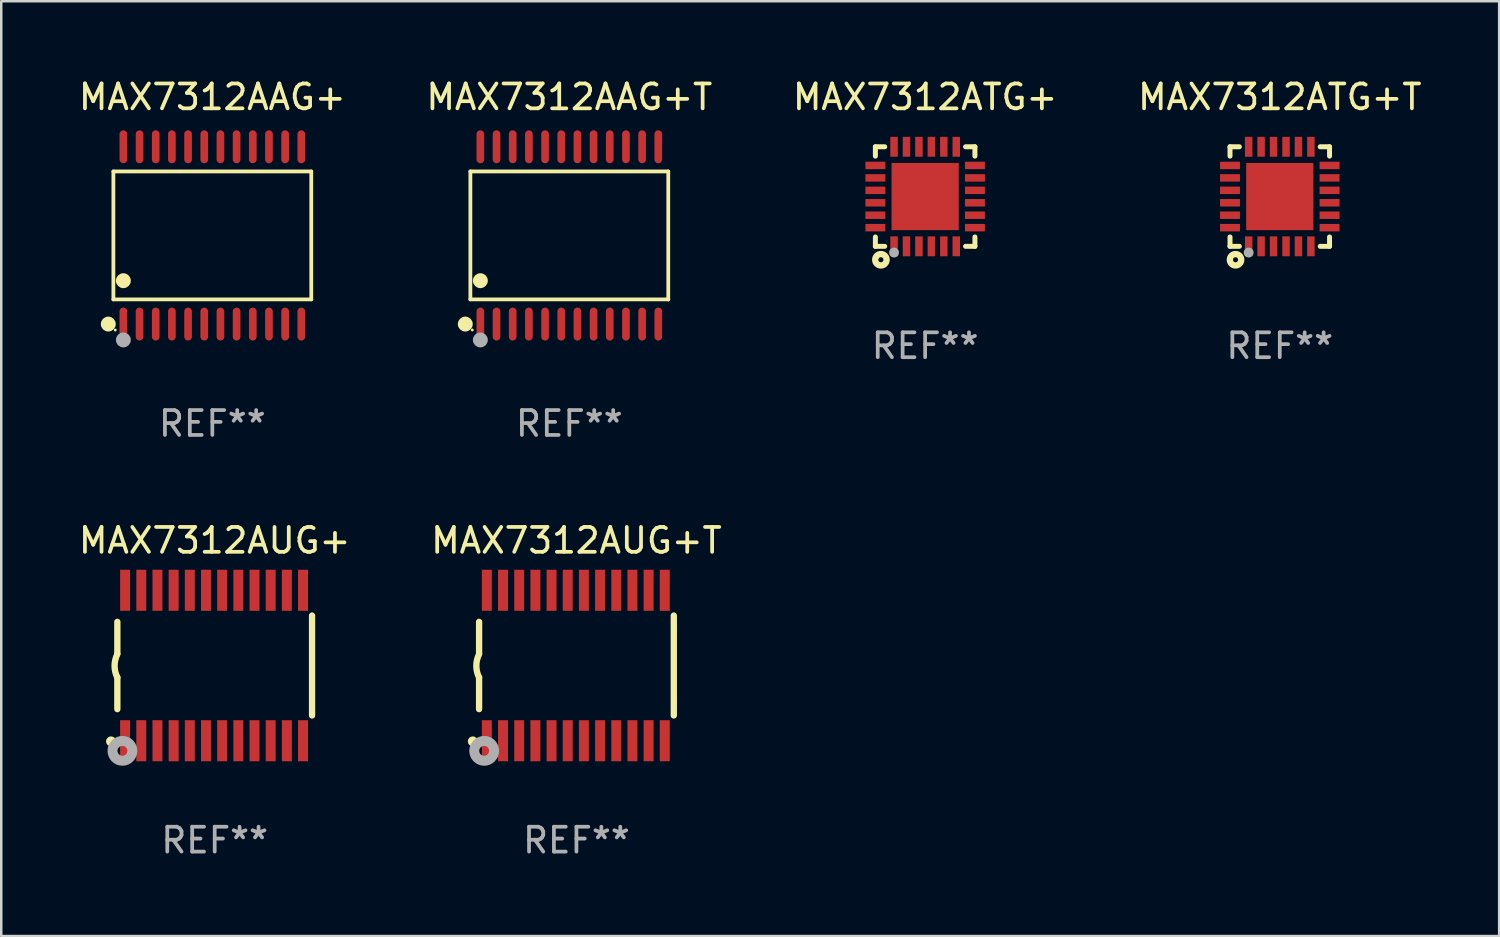
<source format=kicad_pcb>
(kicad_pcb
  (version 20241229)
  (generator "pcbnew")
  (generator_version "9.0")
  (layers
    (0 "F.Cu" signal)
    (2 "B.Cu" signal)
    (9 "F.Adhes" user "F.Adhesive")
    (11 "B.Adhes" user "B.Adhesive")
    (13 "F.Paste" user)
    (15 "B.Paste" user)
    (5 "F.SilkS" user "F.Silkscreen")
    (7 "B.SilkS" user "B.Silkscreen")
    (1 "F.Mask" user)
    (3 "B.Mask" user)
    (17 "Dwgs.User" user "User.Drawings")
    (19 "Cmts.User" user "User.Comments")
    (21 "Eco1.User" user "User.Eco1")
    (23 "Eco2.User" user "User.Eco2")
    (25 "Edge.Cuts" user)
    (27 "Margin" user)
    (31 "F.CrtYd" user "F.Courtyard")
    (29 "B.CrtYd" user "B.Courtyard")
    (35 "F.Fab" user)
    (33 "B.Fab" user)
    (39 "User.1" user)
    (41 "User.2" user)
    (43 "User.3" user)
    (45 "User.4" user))
  (footprint "MAX7312ATG+"
    (layer "F.Cu")
    (at 34.125 4.848)
    (property "Reference" "MAX7312ATG+" (at 0 -4 0) (layer "F.SilkS") (effects (font (size 1 1) (thickness 0.15))))
    (attr through_hole)
    (fp_line (start -2 -2) (end -1.624 -2) (stroke (width 0.2) (type solid)) (layer "F.SilkS"))
    (fp_line (start -2 -1.624) (end -2 -2) (stroke (width 0.2) (type solid)) (layer "F.SilkS"))
    (fp_line (start -2 2) (end -2 1.624) (stroke (width 0.2) (type solid)) (layer "F.SilkS"))
    (fp_line (start -2 2) (end -1.624 2) (stroke (width 0.2) (type solid)) (layer "F.SilkS"))
    (fp_line (start 1.624 -2) (end 2 -2) (stroke (width 0.2) (type solid)) (layer "F.SilkS"))
    (fp_line (start 1.624 2) (end 2 2) (stroke (width 0.2) (type solid)) (layer "F.SilkS"))
    (fp_line (start 2 -2) (end 2 -1.624) (stroke (width 0.2) (type solid)) (layer "F.SilkS"))
    (fp_line (start 2 1.624) (end 2 2) (stroke (width 0.2) (type solid)) (layer "F.SilkS"))
    (fp_circle (center -2 2) (end -1.97 2) (stroke (width 0.06) (type solid)) (fill no) (layer "F.SilkS"))
    (fp_circle (center -1.778 2.54) (end -1.676 2.54) (stroke (width 0.254) (type solid)) (fill no) (layer "F.SilkS"))
    (fp_circle (center -1.25 2.25) (end -1.15 2.25) (stroke (width 0.2) (type solid)) (fill no) (layer "F.Fab"))
    (fp_text user "REF**" (at 0 6 0) (layer "F.Fab") (effects (font (size 1 1) (thickness 0.15))))
    (pad "1" smd rect (at -1.25 2) (size 0.3 0.8) (layers "F.Cu" "F.Mask" "F.Paste"))
    (pad "2" smd rect (at -0.75 2) (size 0.3 0.8) (layers "F.Cu" "F.Mask" "F.Paste"))
    (pad "3" smd rect (at -0.25 2) (size 0.3 0.8) (layers "F.Cu" "F.Mask" "F.Paste"))
    (pad "4" smd rect (at 0.25 2) (size 0.3 0.8) (layers "F.Cu" "F.Mask" "F.Paste"))
    (pad "5" smd rect (at 0.75 2) (size 0.3 0.8) (layers "F.Cu" "F.Mask" "F.Paste"))
    (pad "6" smd rect (at 1.25 2) (size 0.3 0.8) (layers "F.Cu" "F.Mask" "F.Paste"))
    (pad "7" smd rect (at 2 1.25 90) (size 0.3 0.8) (layers "F.Cu" "F.Mask" "F.Paste"))
    (pad "8" smd rect (at 2 0.75 90) (size 0.3 0.8) (layers "F.Cu" "F.Mask" "F.Paste"))
    (pad "9" smd rect (at 2 0.25 90) (size 0.3 0.8) (layers "F.Cu" "F.Mask" "F.Paste"))
    (pad "10" smd rect (at 2 -0.25 90) (size 0.3 0.8) (layers "F.Cu" "F.Mask" "F.Paste"))
    (pad "11" smd rect (at 2 -0.75 90) (size 0.3 0.8) (layers "F.Cu" "F.Mask" "F.Paste"))
    (pad "12" smd rect (at 2 -1.25 90) (size 0.3 0.8) (layers "F.Cu" "F.Mask" "F.Paste"))
    (pad "13" smd rect (at 1.25 -2 180) (size 0.3 0.8) (layers "F.Cu" "F.Mask" "F.Paste"))
    (pad "14" smd rect (at 0.75 -2 180) (size 0.3 0.8) (layers "F.Cu" "F.Mask" "F.Paste"))
    (pad "15" smd rect (at 0.25 -2 180) (size 0.3 0.8) (layers "F.Cu" "F.Mask" "F.Paste"))
    (pad "16" smd rect (at -0.25 -2 180) (size 0.3 0.8) (layers "F.Cu" "F.Mask" "F.Paste"))
    (pad "17" smd rect (at -0.75 -2 180) (size 0.3 0.8) (layers "F.Cu" "F.Mask" "F.Paste"))
    (pad "18" smd rect (at -1.25 -2 180) (size 0.3 0.8) (layers "F.Cu" "F.Mask" "F.Paste"))
    (pad "19" smd rect (at -2 -1.25 270) (size 0.3 0.8) (layers "F.Cu" "F.Mask" "F.Paste"))
    (pad "20" smd rect (at -2 -0.75 270) (size 0.3 0.8) (layers "F.Cu" "F.Mask" "F.Paste"))
    (pad "21" smd rect (at -2 -0.25 270) (size 0.3 0.8) (layers "F.Cu" "F.Mask" "F.Paste"))
    (pad "22" smd rect (at -2 0.25 270) (size 0.3 0.8) (layers "F.Cu" "F.Mask" "F.Paste"))
    (pad "23" smd rect (at -2 0.75 270) (size 0.3 0.8) (layers "F.Cu" "F.Mask" "F.Paste"))
    (pad "24" smd rect (at -2 1.25 270) (size 0.3 0.8) (layers "F.Cu" "F.Mask" "F.Paste"))
    (pad "25" smd rect (at 0 0) (size 2.7 2.7) (layers "F.Cu" "F.Mask" "F.Paste")))
  (footprint "MAX7312AUG+T"
    (layer "F.Cu")
    (at 20.113 23.692)
    (property "Reference" "MAX7312AUG+T" (at 0 -5.023 0) (layer "F.SilkS") (effects (font (size 1 1) (thickness 0.15))))
    (attr through_hole)
    (fp_line (start -3.912 -0.483) (end -3.912 -1.753) (stroke (width 0.254) (type solid)) (layer "F.SilkS"))
    (fp_line (start -3.912 1.753) (end -3.912 0.483) (stroke (width 0.254) (type solid)) (layer "F.SilkS"))
    (fp_line (start 3.912 -2.007) (end 3.912 2.007) (stroke (width 0.254) (type solid)) (layer "F.SilkS"))
    (fp_arc (start -3.911608 0.482601) (mid -4.022537 0.0127) (end -3.911608 -0.457201) (stroke (width 0.254001) (type solid)) (layer "F.SilkS"))
    (fp_circle (center -4.166 3.048) (end -4.066 3.048) (stroke (width 0.2) (type solid)) (fill no) (layer "F.SilkS"))
    (fp_circle (center -3.925 3.186) (end -3.895 3.186) (stroke (width 0.06) (type solid)) (fill no) (layer "F.SilkS"))
    (fp_circle (center -3.708 3.429) (end -3.509 3.429) (stroke (width 0.4) (type solid)) (fill no) (layer "F.Fab"))
    (fp_text user "REF**" (at 0 7.023 0) (layer "F.Fab") (effects (font (size 1 1) (thickness 0.15))))
    (pad "1" smd rect (at -3.6 3.023) (size 0.4 1.65) (layers "F.Cu" "F.Mask" "F.Paste"))
    (pad "2" smd rect (at -2.95 3.023) (size 0.4 1.65) (layers "F.Cu" "F.Mask" "F.Paste"))
    (pad "3" smd rect (at -2.3 3.023) (size 0.4 1.65) (layers "F.Cu" "F.Mask" "F.Paste"))
    (pad "4" smd rect (at -1.65 3.023) (size 0.4 1.65) (layers "F.Cu" "F.Mask" "F.Paste"))
    (pad "5" smd rect (at -1 3.023) (size 0.4 1.65) (layers "F.Cu" "F.Mask" "F.Paste"))
    (pad "6" smd rect (at -0.35 3.023) (size 0.4 1.65) (layers "F.Cu" "F.Mask" "F.Paste"))
    (pad "7" smd rect (at 0.299 3.023) (size 0.4 1.65) (layers "F.Cu" "F.Mask" "F.Paste"))
    (pad "8" smd rect (at 0.95 3.023) (size 0.4 1.65) (layers "F.Cu" "F.Mask" "F.Paste"))
    (pad "9" smd rect (at 1.6 3.023) (size 0.4 1.65) (layers "F.Cu" "F.Mask" "F.Paste"))
    (pad "10" smd rect (at 2.25 3.023) (size 0.4 1.65) (layers "F.Cu" "F.Mask" "F.Paste"))
    (pad "11" smd rect (at 2.9 3.023) (size 0.4 1.65) (layers "F.Cu" "F.Mask" "F.Paste"))
    (pad "12" smd rect (at 3.549 3.023) (size 0.4 1.65) (layers "F.Cu" "F.Mask" "F.Paste"))
    (pad "13" smd rect (at 3.549 -3.023) (size 0.4 1.65) (layers "F.Cu" "F.Mask" "F.Paste"))
    (pad "14" smd rect (at 2.9 -3.023) (size 0.4 1.65) (layers "F.Cu" "F.Mask" "F.Paste"))
    (pad "15" smd rect (at 2.25 -3.023) (size 0.4 1.65) (layers "F.Cu" "F.Mask" "F.Paste"))
    (pad "16" smd rect (at 1.6 -3.023) (size 0.4 1.65) (layers "F.Cu" "F.Mask" "F.Paste"))
    (pad "17" smd rect (at 0.95 -3.023) (size 0.4 1.65) (layers "F.Cu" "F.Mask" "F.Paste"))
    (pad "18" smd rect (at 0.299 -3.023) (size 0.4 1.65) (layers "F.Cu" "F.Mask" "F.Paste"))
    (pad "19" smd rect (at -0.35 -3.023) (size 0.4 1.65) (layers "F.Cu" "F.Mask" "F.Paste"))
    (pad "20" smd rect (at -1 -3.023) (size 0.4 1.65) (layers "F.Cu" "F.Mask" "F.Paste"))
    (pad "21" smd rect (at -1.65 -3.023) (size 0.4 1.65) (layers "F.Cu" "F.Mask" "F.Paste"))
    (pad "22" smd rect (at -2.3 -3.023) (size 0.4 1.65) (layers "F.Cu" "F.Mask" "F.Paste"))
    (pad "23" smd rect (at -2.95 -3.023) (size 0.4 1.65) (layers "F.Cu" "F.Mask" "F.Paste"))
    (pad "24" smd rect (at -3.6 -3.023) (size 0.4 1.65) (layers "F.Cu" "F.Mask" "F.Paste")))
  (footprint "MAX7312AAG+"
    (layer "F.Cu")
    (at 5.482 6.41)
    (property "Reference" "MAX7312AAG+" (at 0 -5.562 0) (layer "F.SilkS") (effects (font (size 1 1) (thickness 0.15))))
    (attr through_hole)
    (fp_line (start -3.976 -2.571) (end 3.976 -2.571) (stroke (width 0.152) (type solid)) (layer "F.SilkS"))
    (fp_line (start -3.976 2.571) (end -3.976 -2.571) (stroke (width 0.152) (type solid)) (layer "F.SilkS"))
    (fp_line (start 3.976 -2.571) (end 3.976 2.571) (stroke (width 0.152) (type solid)) (layer "F.SilkS"))
    (fp_line (start 3.976 2.571) (end -3.976 2.571) (stroke (width 0.152) (type solid)) (layer "F.SilkS"))
    (fp_circle (center -4.181 3.562) (end -4.031 3.562) (stroke (width 0.3) (type solid)) (fill no) (layer "F.SilkS"))
    (fp_circle (center -3.9 3.8) (end -3.87 3.8) (stroke (width 0.06) (type solid)) (fill no) (layer "F.SilkS"))
    (fp_circle (center -3.575 1.819) (end -3.425 1.819) (stroke (width 0.3) (type solid)) (fill no) (layer "F.SilkS"))
    (fp_circle (center -3.575 4.2) (end -3.425 4.2) (stroke (width 0.3) (type solid)) (fill no) (layer "F.Fab"))
    (fp_text user "REF**" (at 0 7.562 0) (layer "F.Fab") (effects (font (size 1 1) (thickness 0.15))))
    (pad "1" smd oval (at -3.575 3.562) (size 0.308 1.324) (layers "F.Cu" "F.Mask" "F.Paste"))
    (pad "2" smd oval (at -2.925 3.562) (size 0.308 1.324) (layers "F.Cu" "F.Mask" "F.Paste"))
    (pad "3" smd oval (at -2.275 3.562) (size 0.308 1.324) (layers "F.Cu" "F.Mask" "F.Paste"))
    (pad "4" smd oval (at -1.625 3.562) (size 0.308 1.324) (layers "F.Cu" "F.Mask" "F.Paste"))
    (pad "5" smd oval (at -0.975 3.562) (size 0.308 1.324) (layers "F.Cu" "F.Mask" "F.Paste"))
    (pad "6" smd oval (at -0.325 3.562) (size 0.308 1.324) (layers "F.Cu" "F.Mask" "F.Paste"))
    (pad "7" smd oval (at 0.325 3.562) (size 0.308 1.324) (layers "F.Cu" "F.Mask" "F.Paste"))
    (pad "8" smd oval (at 0.975 3.562) (size 0.308 1.324) (layers "F.Cu" "F.Mask" "F.Paste"))
    (pad "9" smd oval (at 1.625 3.562) (size 0.308 1.324) (layers "F.Cu" "F.Mask" "F.Paste"))
    (pad "10" smd oval (at 2.275 3.562) (size 0.308 1.324) (layers "F.Cu" "F.Mask" "F.Paste"))
    (pad "11" smd oval (at 2.925 3.562) (size 0.308 1.324) (layers "F.Cu" "F.Mask" "F.Paste"))
    (pad "12" smd oval (at 3.575 3.562) (size 0.308 1.324) (layers "F.Cu" "F.Mask" "F.Paste"))
    (pad "13" smd oval (at 3.575 -3.562) (size 0.308 1.324) (layers "F.Cu" "F.Mask" "F.Paste"))
    (pad "14" smd oval (at 2.925 -3.562) (size 0.308 1.324) (layers "F.Cu" "F.Mask" "F.Paste"))
    (pad "15" smd oval (at 2.275 -3.562) (size 0.308 1.324) (layers "F.Cu" "F.Mask" "F.Paste"))
    (pad "16" smd oval (at 1.625 -3.562) (size 0.308 1.324) (layers "F.Cu" "F.Mask" "F.Paste"))
    (pad "17" smd oval (at 0.975 -3.562) (size 0.308 1.324) (layers "F.Cu" "F.Mask" "F.Paste"))
    (pad "18" smd oval (at 0.325 -3.562) (size 0.308 1.324) (layers "F.Cu" "F.Mask" "F.Paste"))
    (pad "19" smd oval (at -0.325 -3.562) (size 0.308 1.324) (layers "F.Cu" "F.Mask" "F.Paste"))
    (pad "20" smd oval (at -0.975 -3.562) (size 0.308 1.324) (layers "F.Cu" "F.Mask" "F.Paste"))
    (pad "21" smd oval (at -1.625 -3.562) (size 0.308 1.324) (layers "F.Cu" "F.Mask" "F.Paste"))
    (pad "22" smd oval (at -2.275 -3.562) (size 0.308 1.324) (layers "F.Cu" "F.Mask" "F.Paste"))
    (pad "23" smd oval (at -2.925 -3.562) (size 0.308 1.324) (layers "F.Cu" "F.Mask" "F.Paste"))
    (pad "24" smd oval (at -3.575 -3.562) (size 0.308 1.324) (layers "F.Cu" "F.Mask" "F.Paste")))
  (footprint "MAX7312AUG+"
    (layer "F.Cu")
    (at 5.577 23.692)
    (property "Reference" "MAX7312AUG+" (at 0 -5.023 0) (layer "F.SilkS") (effects (font (size 1 1) (thickness 0.15))))
    (attr through_hole)
    (fp_line (start -3.912 -0.483) (end -3.912 -1.753) (stroke (width 0.254) (type solid)) (layer "F.SilkS"))
    (fp_line (start -3.912 1.753) (end -3.912 0.483) (stroke (width 0.254) (type solid)) (layer "F.SilkS"))
    (fp_line (start 3.912 -2.007) (end 3.912 2.007) (stroke (width 0.254) (type solid)) (layer "F.SilkS"))
    (fp_arc (start -3.911608 0.482601) (mid -4.022537 0.0127) (end -3.911608 -0.457201) (stroke (width 0.254001) (type solid)) (layer "F.SilkS"))
    (fp_circle (center -4.166 3.048) (end -4.066 3.048) (stroke (width 0.2) (type solid)) (fill no) (layer "F.SilkS"))
    (fp_circle (center -3.925 3.186) (end -3.895 3.186) (stroke (width 0.06) (type solid)) (fill no) (layer "F.SilkS"))
    (fp_circle (center -3.708 3.429) (end -3.509 3.429) (stroke (width 0.4) (type solid)) (fill no) (layer "F.Fab"))
    (fp_text user "REF**" (at 0 7.023 0) (layer "F.Fab") (effects (font (size 1 1) (thickness 0.15))))
    (pad "1" smd rect (at -3.6 3.023) (size 0.4 1.65) (layers "F.Cu" "F.Mask" "F.Paste"))
    (pad "2" smd rect (at -2.95 3.023) (size 0.4 1.65) (layers "F.Cu" "F.Mask" "F.Paste"))
    (pad "3" smd rect (at -2.3 3.023) (size 0.4 1.65) (layers "F.Cu" "F.Mask" "F.Paste"))
    (pad "4" smd rect (at -1.65 3.023) (size 0.4 1.65) (layers "F.Cu" "F.Mask" "F.Paste"))
    (pad "5" smd rect (at -1 3.023) (size 0.4 1.65) (layers "F.Cu" "F.Mask" "F.Paste"))
    (pad "6" smd rect (at -0.35 3.023) (size 0.4 1.65) (layers "F.Cu" "F.Mask" "F.Paste"))
    (pad "7" smd rect (at 0.299 3.023) (size 0.4 1.65) (layers "F.Cu" "F.Mask" "F.Paste"))
    (pad "8" smd rect (at 0.95 3.023) (size 0.4 1.65) (layers "F.Cu" "F.Mask" "F.Paste"))
    (pad "9" smd rect (at 1.6 3.023) (size 0.4 1.65) (layers "F.Cu" "F.Mask" "F.Paste"))
    (pad "10" smd rect (at 2.25 3.023) (size 0.4 1.65) (layers "F.Cu" "F.Mask" "F.Paste"))
    (pad "11" smd rect (at 2.9 3.023) (size 0.4 1.65) (layers "F.Cu" "F.Mask" "F.Paste"))
    (pad "12" smd rect (at 3.549 3.023) (size 0.4 1.65) (layers "F.Cu" "F.Mask" "F.Paste"))
    (pad "13" smd rect (at 3.549 -3.023) (size 0.4 1.65) (layers "F.Cu" "F.Mask" "F.Paste"))
    (pad "14" smd rect (at 2.9 -3.023) (size 0.4 1.65) (layers "F.Cu" "F.Mask" "F.Paste"))
    (pad "15" smd rect (at 2.25 -3.023) (size 0.4 1.65) (layers "F.Cu" "F.Mask" "F.Paste"))
    (pad "16" smd rect (at 1.6 -3.023) (size 0.4 1.65) (layers "F.Cu" "F.Mask" "F.Paste"))
    (pad "17" smd rect (at 0.95 -3.023) (size 0.4 1.65) (layers "F.Cu" "F.Mask" "F.Paste"))
    (pad "18" smd rect (at 0.299 -3.023) (size 0.4 1.65) (layers "F.Cu" "F.Mask" "F.Paste"))
    (pad "19" smd rect (at -0.35 -3.023) (size 0.4 1.65) (layers "F.Cu" "F.Mask" "F.Paste"))
    (pad "20" smd rect (at -1 -3.023) (size 0.4 1.65) (layers "F.Cu" "F.Mask" "F.Paste"))
    (pad "21" smd rect (at -1.65 -3.023) (size 0.4 1.65) (layers "F.Cu" "F.Mask" "F.Paste"))
    (pad "22" smd rect (at -2.3 -3.023) (size 0.4 1.65) (layers "F.Cu" "F.Mask" "F.Paste"))
    (pad "23" smd rect (at -2.95 -3.023) (size 0.4 1.65) (layers "F.Cu" "F.Mask" "F.Paste"))
    (pad "24" smd rect (at -3.6 -3.023) (size 0.4 1.65) (layers "F.Cu" "F.Mask" "F.Paste")))
  (footprint "MAX7312ATG+T"
    (layer "F.Cu")
    (at 48.375 4.848)
    (property "Reference" "MAX7312ATG+T" (at 0 -4 0) (layer "F.SilkS") (effects (font (size 1 1) (thickness 0.15))))
    (attr through_hole)
    (fp_line (start -2 -2) (end -1.624 -2) (stroke (width 0.2) (type solid)) (layer "F.SilkS"))
    (fp_line (start -2 -1.624) (end -2 -2) (stroke (width 0.2) (type solid)) (layer "F.SilkS"))
    (fp_line (start -2 2) (end -2 1.624) (stroke (width 0.2) (type solid)) (layer "F.SilkS"))
    (fp_line (start -2 2) (end -1.624 2) (stroke (width 0.2) (type solid)) (layer "F.SilkS"))
    (fp_line (start 1.624 -2) (end 2 -2) (stroke (width 0.2) (type solid)) (layer "F.SilkS"))
    (fp_line (start 1.624 2) (end 2 2) (stroke (width 0.2) (type solid)) (layer "F.SilkS"))
    (fp_line (start 2 -2) (end 2 -1.624) (stroke (width 0.2) (type solid)) (layer "F.SilkS"))
    (fp_line (start 2 1.624) (end 2 2) (stroke (width 0.2) (type solid)) (layer "F.SilkS"))
    (fp_circle (center -2 2) (end -1.97 2) (stroke (width 0.06) (type solid)) (fill no) (layer "F.SilkS"))
    (fp_circle (center -1.778 2.54) (end -1.676 2.54) (stroke (width 0.254) (type solid)) (fill no) (layer "F.SilkS"))
    (fp_circle (center -1.25 2.25) (end -1.15 2.25) (stroke (width 0.2) (type solid)) (fill no) (layer "F.Fab"))
    (fp_text user "REF**" (at 0 6 0) (layer "F.Fab") (effects (font (size 1 1) (thickness 0.15))))
    (pad "1" smd rect (at -1.25 2) (size 0.3 0.8) (layers "F.Cu" "F.Mask" "F.Paste"))
    (pad "2" smd rect (at -0.75 2) (size 0.3 0.8) (layers "F.Cu" "F.Mask" "F.Paste"))
    (pad "3" smd rect (at -0.25 2) (size 0.3 0.8) (layers "F.Cu" "F.Mask" "F.Paste"))
    (pad "4" smd rect (at 0.25 2) (size 0.3 0.8) (layers "F.Cu" "F.Mask" "F.Paste"))
    (pad "5" smd rect (at 0.75 2) (size 0.3 0.8) (layers "F.Cu" "F.Mask" "F.Paste"))
    (pad "6" smd rect (at 1.25 2) (size 0.3 0.8) (layers "F.Cu" "F.Mask" "F.Paste"))
    (pad "7" smd rect (at 2 1.25 90) (size 0.3 0.8) (layers "F.Cu" "F.Mask" "F.Paste"))
    (pad "8" smd rect (at 2 0.75 90) (size 0.3 0.8) (layers "F.Cu" "F.Mask" "F.Paste"))
    (pad "9" smd rect (at 2 0.25 90) (size 0.3 0.8) (layers "F.Cu" "F.Mask" "F.Paste"))
    (pad "10" smd rect (at 2 -0.25 90) (size 0.3 0.8) (layers "F.Cu" "F.Mask" "F.Paste"))
    (pad "11" smd rect (at 2 -0.75 90) (size 0.3 0.8) (layers "F.Cu" "F.Mask" "F.Paste"))
    (pad "12" smd rect (at 2 -1.25 90) (size 0.3 0.8) (layers "F.Cu" "F.Mask" "F.Paste"))
    (pad "13" smd rect (at 1.25 -2 180) (size 0.3 0.8) (layers "F.Cu" "F.Mask" "F.Paste"))
    (pad "14" smd rect (at 0.75 -2 180) (size 0.3 0.8) (layers "F.Cu" "F.Mask" "F.Paste"))
    (pad "15" smd rect (at 0.25 -2 180) (size 0.3 0.8) (layers "F.Cu" "F.Mask" "F.Paste"))
    (pad "16" smd rect (at -0.25 -2 180) (size 0.3 0.8) (layers "F.Cu" "F.Mask" "F.Paste"))
    (pad "17" smd rect (at -0.75 -2 180) (size 0.3 0.8) (layers "F.Cu" "F.Mask" "F.Paste"))
    (pad "18" smd rect (at -1.25 -2 180) (size 0.3 0.8) (layers "F.Cu" "F.Mask" "F.Paste"))
    (pad "19" smd rect (at -2 -1.25 270) (size 0.3 0.8) (layers "F.Cu" "F.Mask" "F.Paste"))
    (pad "20" smd rect (at -2 -0.75 270) (size 0.3 0.8) (layers "F.Cu" "F.Mask" "F.Paste"))
    (pad "21" smd rect (at -2 -0.25 270) (size 0.3 0.8) (layers "F.Cu" "F.Mask" "F.Paste"))
    (pad "22" smd rect (at -2 0.25 270) (size 0.3 0.8) (layers "F.Cu" "F.Mask" "F.Paste"))
    (pad "23" smd rect (at -2 0.75 270) (size 0.3 0.8) (layers "F.Cu" "F.Mask" "F.Paste"))
    (pad "24" smd rect (at -2 1.25 270) (size 0.3 0.8) (layers "F.Cu" "F.Mask" "F.Paste"))
    (pad "25" smd rect (at 0 0) (size 2.7 2.7) (layers "F.Cu" "F.Mask" "F.Paste")))
  (footprint "MAX7312AAG+T"
    (layer "F.Cu")
    (at 19.827 6.41)
    (property "Reference" "MAX7312AAG+T" (at 0 -5.562 0) (layer "F.SilkS") (effects (font (size 1 1) (thickness 0.15))))
    (attr through_hole)
    (fp_line (start -3.976 -2.571) (end 3.976 -2.571) (stroke (width 0.152) (type solid)) (layer "F.SilkS"))
    (fp_line (start -3.976 2.571) (end -3.976 -2.571) (stroke (width 0.152) (type solid)) (layer "F.SilkS"))
    (fp_line (start 3.976 -2.571) (end 3.976 2.571) (stroke (width 0.152) (type solid)) (layer "F.SilkS"))
    (fp_line (start 3.976 2.571) (end -3.976 2.571) (stroke (width 0.152) (type solid)) (layer "F.SilkS"))
    (fp_circle (center -4.181 3.562) (end -4.031 3.562) (stroke (width 0.3) (type solid)) (fill no) (layer "F.SilkS"))
    (fp_circle (center -3.9 3.8) (end -3.87 3.8) (stroke (width 0.06) (type solid)) (fill no) (layer "F.SilkS"))
    (fp_circle (center -3.575 1.819) (end -3.425 1.819) (stroke (width 0.3) (type solid)) (fill no) (layer "F.SilkS"))
    (fp_circle (center -3.575 4.2) (end -3.425 4.2) (stroke (width 0.3) (type solid)) (fill no) (layer "F.Fab"))
    (fp_text user "REF**" (at 0 7.562 0) (layer "F.Fab") (effects (font (size 1 1) (thickness 0.15))))
    (pad "1" smd oval (at -3.575 3.562) (size 0.308 1.324) (layers "F.Cu" "F.Mask" "F.Paste"))
    (pad "2" smd oval (at -2.925 3.562) (size 0.308 1.324) (layers "F.Cu" "F.Mask" "F.Paste"))
    (pad "3" smd oval (at -2.275 3.562) (size 0.308 1.324) (layers "F.Cu" "F.Mask" "F.Paste"))
    (pad "4" smd oval (at -1.625 3.562) (size 0.308 1.324) (layers "F.Cu" "F.Mask" "F.Paste"))
    (pad "5" smd oval (at -0.975 3.562) (size 0.308 1.324) (layers "F.Cu" "F.Mask" "F.Paste"))
    (pad "6" smd oval (at -0.325 3.562) (size 0.308 1.324) (layers "F.Cu" "F.Mask" "F.Paste"))
    (pad "7" smd oval (at 0.325 3.562) (size 0.308 1.324) (layers "F.Cu" "F.Mask" "F.Paste"))
    (pad "8" smd oval (at 0.975 3.562) (size 0.308 1.324) (layers "F.Cu" "F.Mask" "F.Paste"))
    (pad "9" smd oval (at 1.625 3.562) (size 0.308 1.324) (layers "F.Cu" "F.Mask" "F.Paste"))
    (pad "10" smd oval (at 2.275 3.562) (size 0.308 1.324) (layers "F.Cu" "F.Mask" "F.Paste"))
    (pad "11" smd oval (at 2.925 3.562) (size 0.308 1.324) (layers "F.Cu" "F.Mask" "F.Paste"))
    (pad "12" smd oval (at 3.575 3.562) (size 0.308 1.324) (layers "F.Cu" "F.Mask" "F.Paste"))
    (pad "13" smd oval (at 3.575 -3.562) (size 0.308 1.324) (layers "F.Cu" "F.Mask" "F.Paste"))
    (pad "14" smd oval (at 2.925 -3.562) (size 0.308 1.324) (layers "F.Cu" "F.Mask" "F.Paste"))
    (pad "15" smd oval (at 2.275 -3.562) (size 0.308 1.324) (layers "F.Cu" "F.Mask" "F.Paste"))
    (pad "16" smd oval (at 1.625 -3.562) (size 0.308 1.324) (layers "F.Cu" "F.Mask" "F.Paste"))
    (pad "17" smd oval (at 0.975 -3.562) (size 0.308 1.324) (layers "F.Cu" "F.Mask" "F.Paste"))
    (pad "18" smd oval (at 0.325 -3.562) (size 0.308 1.324) (layers "F.Cu" "F.Mask" "F.Paste"))
    (pad "19" smd oval (at -0.325 -3.562) (size 0.308 1.324) (layers "F.Cu" "F.Mask" "F.Paste"))
    (pad "20" smd oval (at -0.975 -3.562) (size 0.308 1.324) (layers "F.Cu" "F.Mask" "F.Paste"))
    (pad "21" smd oval (at -1.625 -3.562) (size 0.308 1.324) (layers "F.Cu" "F.Mask" "F.Paste"))
    (pad "22" smd oval (at -2.275 -3.562) (size 0.308 1.324) (layers "F.Cu" "F.Mask" "F.Paste"))
    (pad "23" smd oval (at -2.925 -3.562) (size 0.308 1.324) (layers "F.Cu" "F.Mask" "F.Paste"))
    (pad "24" smd oval (at -3.575 -3.562) (size 0.308 1.324) (layers "F.Cu" "F.Mask" "F.Paste")))
  (gr_rect
    (start -3 -3)
    (end 57.19 34.562)
    (stroke (width 0.1) (type default))
    (fill no)
    (layer "Edge.Cuts")))
</source>
